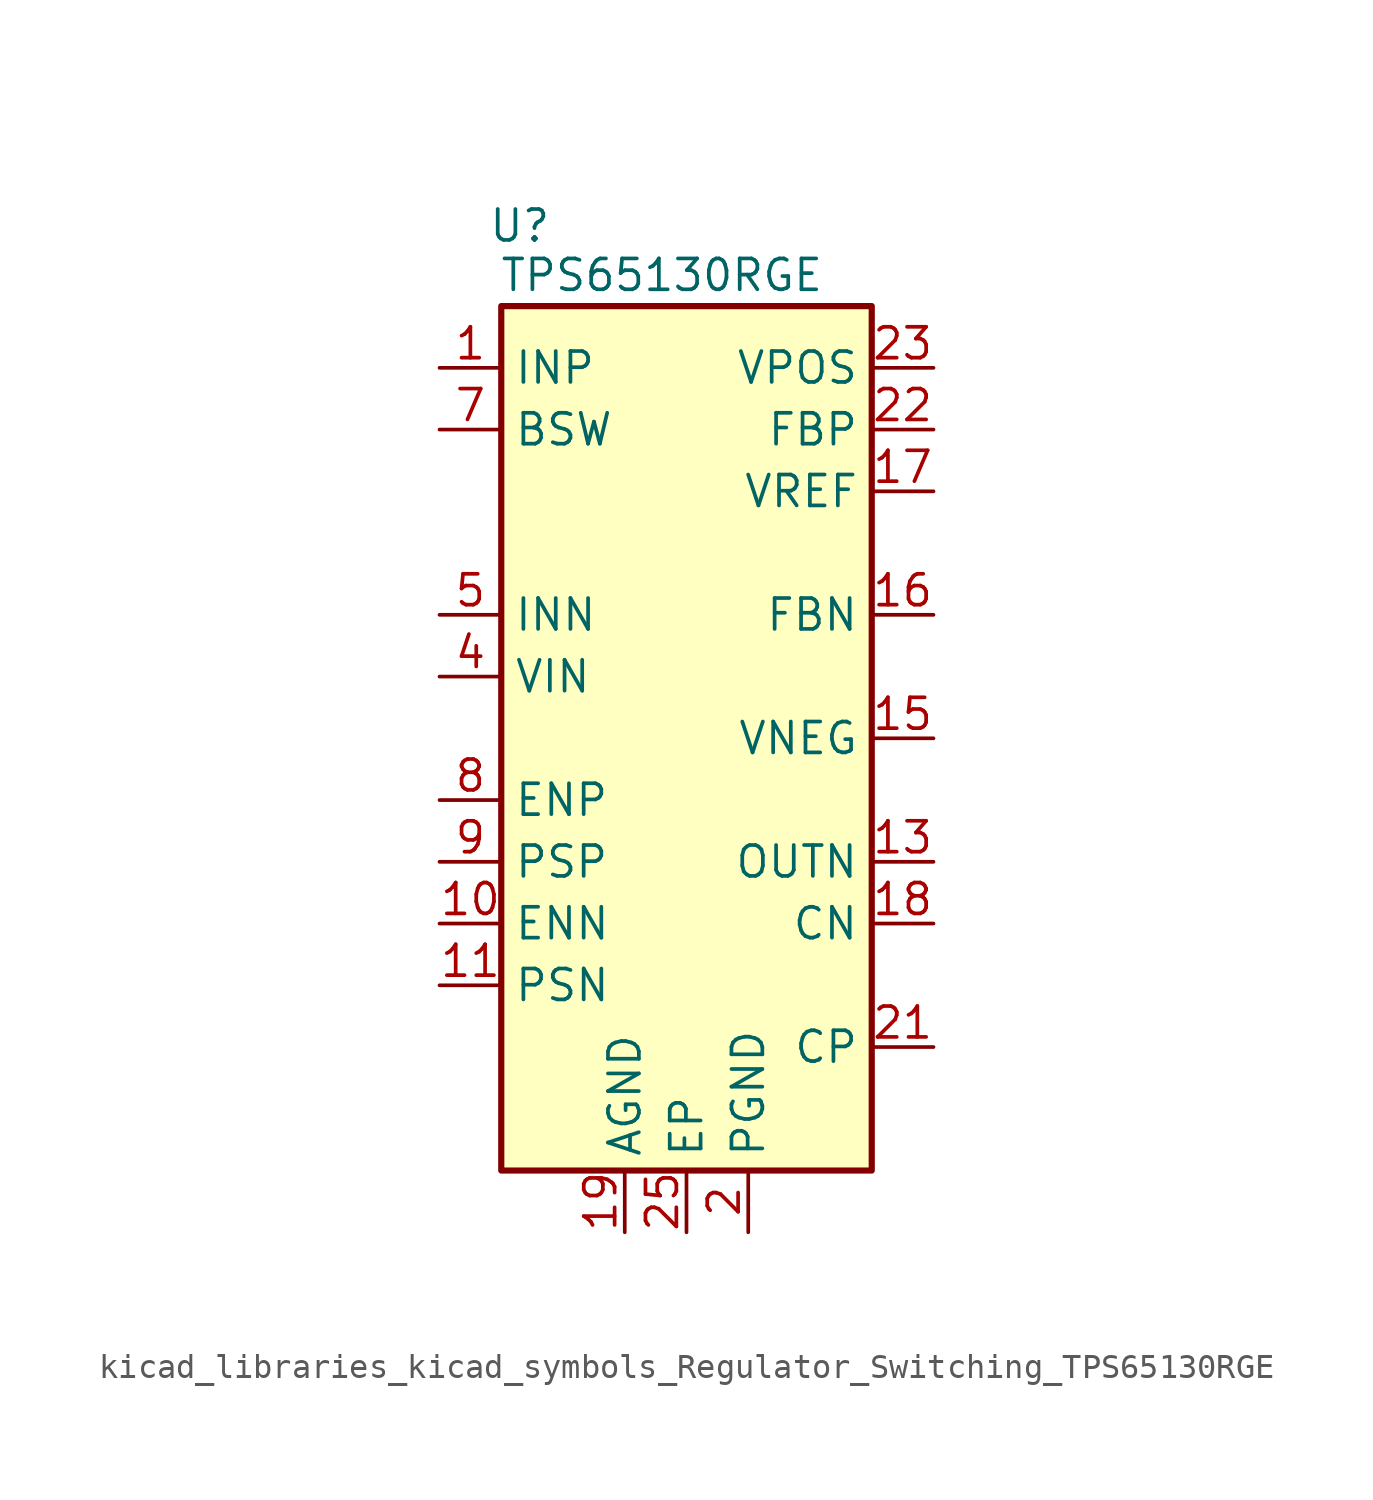
<source format=kicad_sym>
(kicad_symbol_lib
  (version 20220914)
  (generator kicad_symbol_editor)
  (symbol "kicad_libraries_kicad_symbols_Regulator_Switching_TPS65130RGE"
    (property "Reference" "U"
      (at -6.858 21.082 0)
      (effects (font (size 1.27 1.27))))
    (property "Value" "TPS65130RGE"
      (at -1.016 19.05 0)
      (effects (font (size 1.27 1.27))))
    (symbol "kicad_libraries_kicad_symbols_Regulator_Switching_TPS65130RGE_0_1"
      (rectangle (start -7.62 17.78) (end 7.62 -17.78) (stroke (width 0.254) (type default)) (fill (type background))))
    (symbol "kicad_libraries_kicad_symbols_Regulator_Switching_TPS65130RGE_1_1"
      (pin input line (at -10.16 15.24 0) (length 2.54) (name "INP" (effects (font (size 1.27 1.27)))) (number "1" (effects (font (size 1.27 1.27)))))
      (pin input line (at -10.16 -7.62 0) (length 2.54) (name "ENN" (effects (font (size 1.27 1.27)))) (number "10" (effects (font (size 1.27 1.27)))))
      (pin input line (at -10.16 -10.16 0) (length 2.54) (name "PSN" (effects (font (size 1.27 1.27)))) (number "11" (effects (font (size 1.27 1.27)))))
      (pin no_connect line (at -7.62 7.62 0) (length 2.54) hide (name "NC" (effects (font (size 1.27 1.27)))) (number "12" (effects (font (size 1.27 1.27)))))
      (pin output line (at 10.16 -5.08 180) (length 2.54) (name "OUTN" (effects (font (size 1.27 1.27)))) (number "13" (effects (font (size 1.27 1.27)))))
      (pin passive line (at 10.16 -5.08 180) (length 2.54) hide (name "OUTN" (effects (font (size 1.27 1.27)))) (number "14" (effects (font (size 1.27 1.27)))))
      (pin input line (at 10.16 0 180) (length 2.54) (name "VNEG" (effects (font (size 1.27 1.27)))) (number "15" (effects (font (size 1.27 1.27)))))
      (pin input line (at 10.16 5.08 180) (length 2.54) (name "FBN" (effects (font (size 1.27 1.27)))) (number "16" (effects (font (size 1.27 1.27)))))
      (pin output line (at 10.16 10.16 180) (length 2.54) (name "VREF" (effects (font (size 1.27 1.27)))) (number "17" (effects (font (size 1.27 1.27)))))
      (pin passive line (at 10.16 -7.62 180) (length 2.54) (name "CN" (effects (font (size 1.27 1.27)))) (number "18" (effects (font (size 1.27 1.27)))))
      (pin power_in line (at -2.54 -20.32 90) (length 2.54) (name "AGND" (effects (font (size 1.27 1.27)))) (number "19" (effects (font (size 1.27 1.27)))))
      (pin power_in line (at 2.54 -20.32 90) (length 2.54) (name "PGND" (effects (font (size 1.27 1.27)))) (number "2" (effects (font (size 1.27 1.27)))))
      (pin no_connect line (at -7.62 10.16 0) (length 2.54) hide (name "NC" (effects (font (size 1.27 1.27)))) (number "20" (effects (font (size 1.27 1.27)))))
      (pin passive line (at 10.16 -12.7 180) (length 2.54) (name "CP" (effects (font (size 1.27 1.27)))) (number "21" (effects (font (size 1.27 1.27)))))
      (pin input line (at 10.16 12.7 180) (length 2.54) (name "FBP" (effects (font (size 1.27 1.27)))) (number "22" (effects (font (size 1.27 1.27)))))
      (pin input line (at 10.16 15.24 180) (length 2.54) (name "VPOS" (effects (font (size 1.27 1.27)))) (number "23" (effects (font (size 1.27 1.27)))))
      (pin input line (at -10.16 15.24 0) (length 2.54) hide (name "INP" (effects (font (size 1.27 1.27)))) (number "24" (effects (font (size 1.27 1.27)))))
      (pin passive line (at 0 -20.32 90) (length 2.54) (name "EP" (effects (font (size 1.27 1.27)))) (number "25" (effects (font (size 1.27 1.27)))))
      (pin passive line (at 2.54 -20.32 90) (length 2.54) hide (name "PGND" (effects (font (size 1.27 1.27)))) (number "3" (effects (font (size 1.27 1.27)))))
      (pin power_in line (at -10.16 2.54 0) (length 2.54) (name "VIN" (effects (font (size 1.27 1.27)))) (number "4" (effects (font (size 1.27 1.27)))))
      (pin input line (at -10.16 5.08 0) (length 2.54) (name "INN" (effects (font (size 1.27 1.27)))) (number "5" (effects (font (size 1.27 1.27)))))
      (pin input line (at -10.16 5.08 0) (length 2.54) hide (name "INN" (effects (font (size 1.27 1.27)))) (number "6" (effects (font (size 1.27 1.27)))))
      (pin output line (at -10.16 12.7 0) (length 2.54) (name "BSW" (effects (font (size 1.27 1.27)))) (number "7" (effects (font (size 1.27 1.27)))))
      (pin input line (at -10.16 -2.54 0) (length 2.54) (name "ENP" (effects (font (size 1.27 1.27)))) (number "8" (effects (font (size 1.27 1.27)))))
      (pin input line (at -10.16 -5.08 0) (length 2.54) (name "PSP" (effects (font (size 1.27 1.27)))) (number "9" (effects (font (size 1.27 1.27))))))))
</source>
